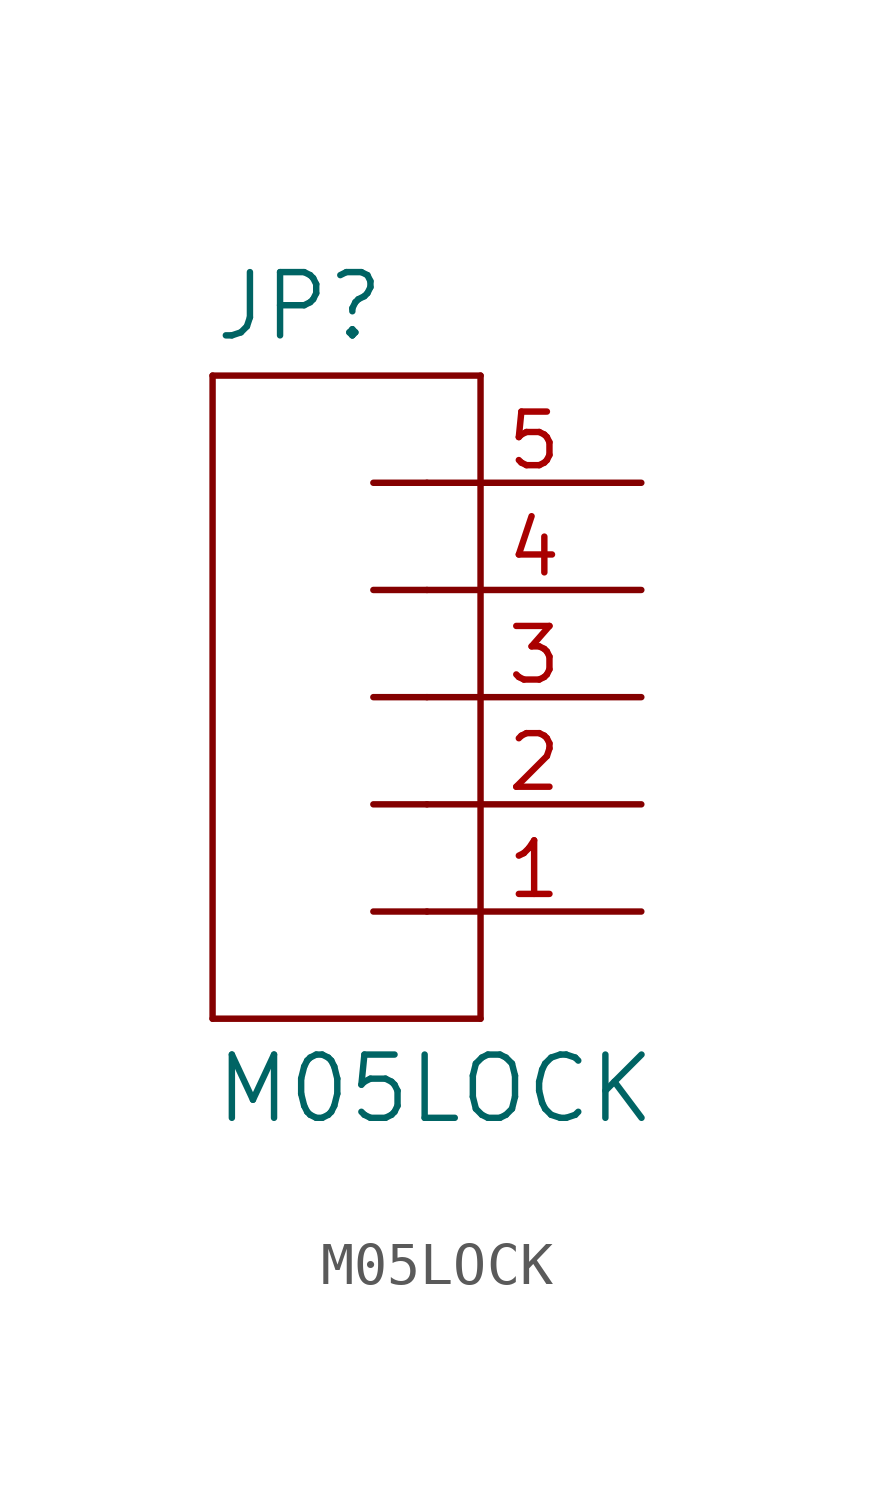
<source format=kicad_sym>
(kicad_symbol_lib
  (version 20211014)
  (generator kicad_symbol_editor)
  (symbol "M05LOCK"
    (pin_names
      (offset 1.016))
    (property "Reference" "JP"
      (at -2.54 8.382 0)
      (effects (font (size 1.499 1.499)) (justify left bottom)))
    (property "Value" "M05LOCK"
      (at -2.54 -10.16 0)
      (effects (font (size 1.499 1.499)) (justify left bottom)))
    (property "ki_locked" ""
      (at 0 0 0)
      (effects (font (size 1.27 1.27))))
    (symbol "M05LOCK_1_0"
      (polyline (pts (xy -2.54 7.62) (xy -2.54 -7.62)) (stroke (width 0) (type default) (color 0 0 0 0)) (fill (type none)))
      (polyline (pts (xy -2.54 7.62) (xy 3.81 7.62)) (stroke (width 0) (type default) (color 0 0 0 0)) (fill (type none)))
      (polyline (pts (xy 1.27 -5.08) (xy 2.54 -5.08)) (stroke (width 0) (type default) (color 0 0 0 0)) (fill (type none)))
      (polyline (pts (xy 1.27 -2.54) (xy 2.54 -2.54)) (stroke (width 0) (type default) (color 0 0 0 0)) (fill (type none)))
      (polyline (pts (xy 1.27 0) (xy 2.54 0)) (stroke (width 0) (type default) (color 0 0 0 0)) (fill (type none)))
      (polyline (pts (xy 1.27 2.54) (xy 2.54 2.54)) (stroke (width 0) (type default) (color 0 0 0 0)) (fill (type none)))
      (polyline (pts (xy 1.27 5.08) (xy 2.54 5.08)) (stroke (width 0) (type default) (color 0 0 0 0)) (fill (type none)))
      (polyline (pts (xy 3.81 -7.62) (xy -2.54 -7.62)) (stroke (width 0) (type default) (color 0 0 0 0)) (fill (type none)))
      (polyline (pts (xy 3.81 -7.62) (xy 3.81 7.62)) (stroke (width 0) (type default) (color 0 0 0 0)) (fill (type none)))
      (pin passive line (at 7.62 -5.08 180) (length 5.08) (name "1" (effects (font (size 0 0)))) (number "1" (effects (font (size 1.27 1.27)))))
      (pin passive line (at 7.62 -2.54 180) (length 5.08) (name "2" (effects (font (size 0 0)))) (number "2" (effects (font (size 1.27 1.27)))))
      (pin passive line (at 7.62 0 180) (length 5.08) (name "3" (effects (font (size 0 0)))) (number "3" (effects (font (size 1.27 1.27)))))
      (pin passive line (at 7.62 2.54 180) (length 5.08) (name "4" (effects (font (size 0 0)))) (number "4" (effects (font (size 1.27 1.27)))))
      (pin passive line (at 7.62 5.08 180) (length 5.08) (name "5" (effects (font (size 0 0)))) (number "5" (effects (font (size 1.27 1.27))))))))
</source>
